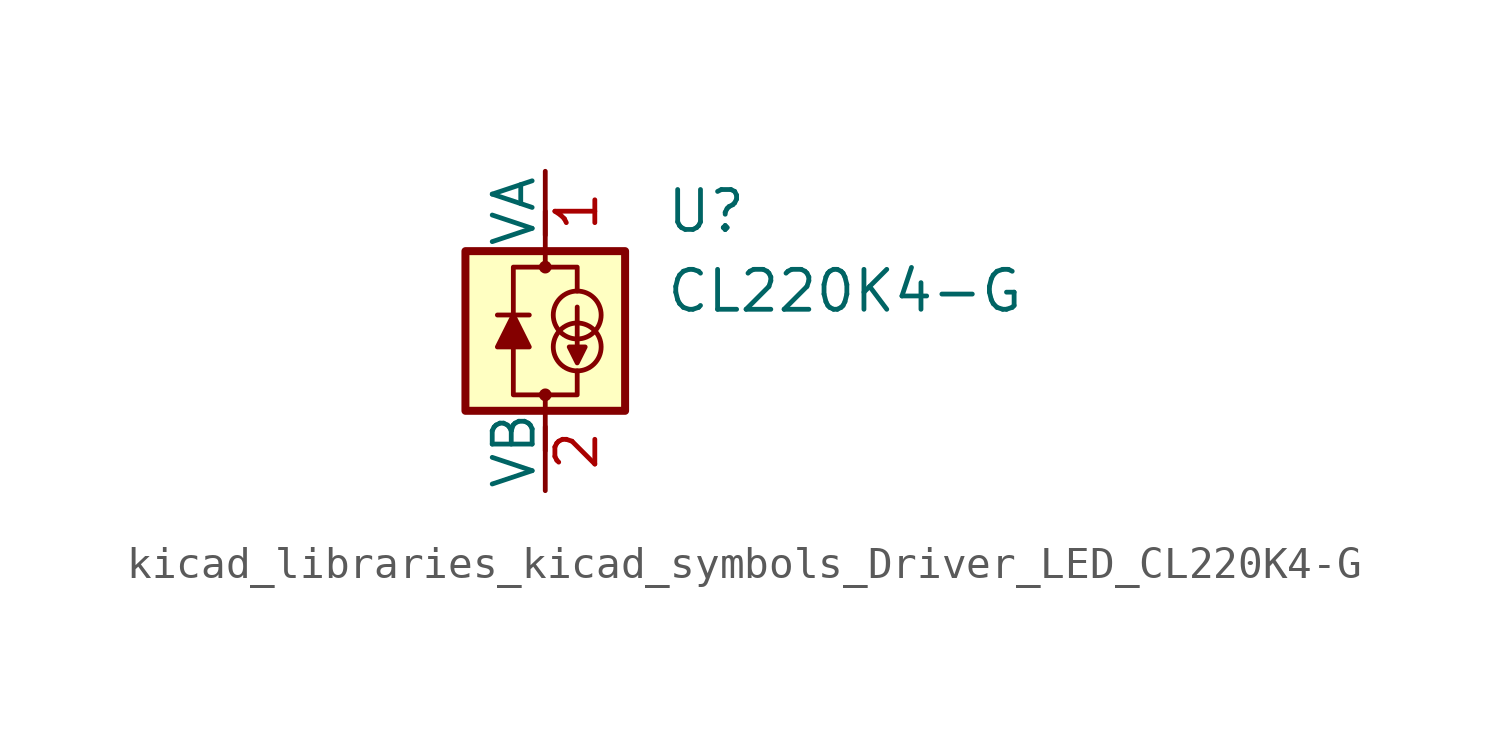
<source format=kicad_sym>
(kicad_symbol_lib
  (version 20220914)
  (generator kicad_symbol_editor)
  (symbol "kicad_libraries_kicad_symbols_Driver_LED_CL220K4-G"
    (pin_names
      (offset 0))
    (property "Reference" "U"
      (at 3.81 3.81 0)
      (effects (font (size 1.27 1.27)) (justify left)))
    (property "Value" "CL220K4-G"
      (at 3.81 1.27 0)
      (effects (font (size 1.27 1.27)) (justify left)))
    (symbol "kicad_libraries_kicad_symbols_Driver_LED_CL220K4-G_0_1"
      (rectangle (start -2.54 2.54) (end 2.54 -2.54) (stroke (width 0.254) (type default)) (fill (type background)))
      (circle (center 0 -2.032) (radius 0.127) (stroke (width 0) (type default)) (fill (type none)))
      (polyline (pts (xy -1.524 0.508) (xy -0.508 0.508)) (stroke (width 0) (type default)) (fill (type none)))
      (polyline (pts (xy 0 -3.048) (xy 0 -3.81)) (stroke (width 0) (type default)) (fill (type none)))
      (polyline (pts (xy 0 -2.032) (xy 0 -2.54)) (stroke (width 0) (type default)) (fill (type none)))
      (polyline (pts (xy 0 2.032) (xy 0 2.54)) (stroke (width 0) (type default)) (fill (type none)))
      (polyline (pts (xy 0 3.048) (xy 0 3.81)) (stroke (width 0) (type default)) (fill (type none)))
      (polyline (pts (xy -1.016 -0.508) (xy -1.016 -2.032) (xy 1.016 -2.032) (xy 1.016 -1.27)) (stroke (width 0) (type default)) (fill (type none)))
      (polyline (pts (xy -1.016 0.508) (xy -1.524 -0.508) (xy -0.508 -0.508) (xy -1.016 0.508)) (stroke (width 0) (type default)) (fill (type outline)))
      (polyline (pts (xy 1.016 1.27) (xy 1.016 2.032) (xy -1.016 2.032) (xy -1.016 0.508)) (stroke (width 0) (type default)) (fill (type none)))
      (polyline (pts (xy 1.016 0.762) (xy 1.016 -1.016) (xy 0.762 -0.508) (xy 1.27 -0.508) (xy 1.016 -1.016)) (stroke (width 0) (type default)) (fill (type outline)))
      (circle (center 0 2.032) (radius 0.127) (stroke (width 0) (type default)) (fill (type none)))
      (circle (center 1.016 -0.508) (radius 0.762) (stroke (width 0) (type default)) (fill (type none)))
      (circle (center 1.016 0.508) (radius 0.762) (stroke (width 0) (type default)) (fill (type none))))
    (symbol "kicad_libraries_kicad_symbols_Driver_LED_CL220K4-G_1_1"
      (pin input line (at 0 5.08 270) (length 2.54) (name "VA" (effects (font (size 1.27 1.27)))) (number "1" (effects (font (size 1.27 1.27)))))
      (pin input line (at 0 -5.08 90) (length 2.54) (name "VB" (effects (font (size 1.27 1.27)))) (number "2" (effects (font (size 1.27 1.27)))))
      (pin no_connect line (at 0 -2.54 90) (length 2.54) hide (name "NC" (effects (font (size 1.27 1.27)))) (number "3" (effects (font (size 1.27 1.27))))))))
</source>
